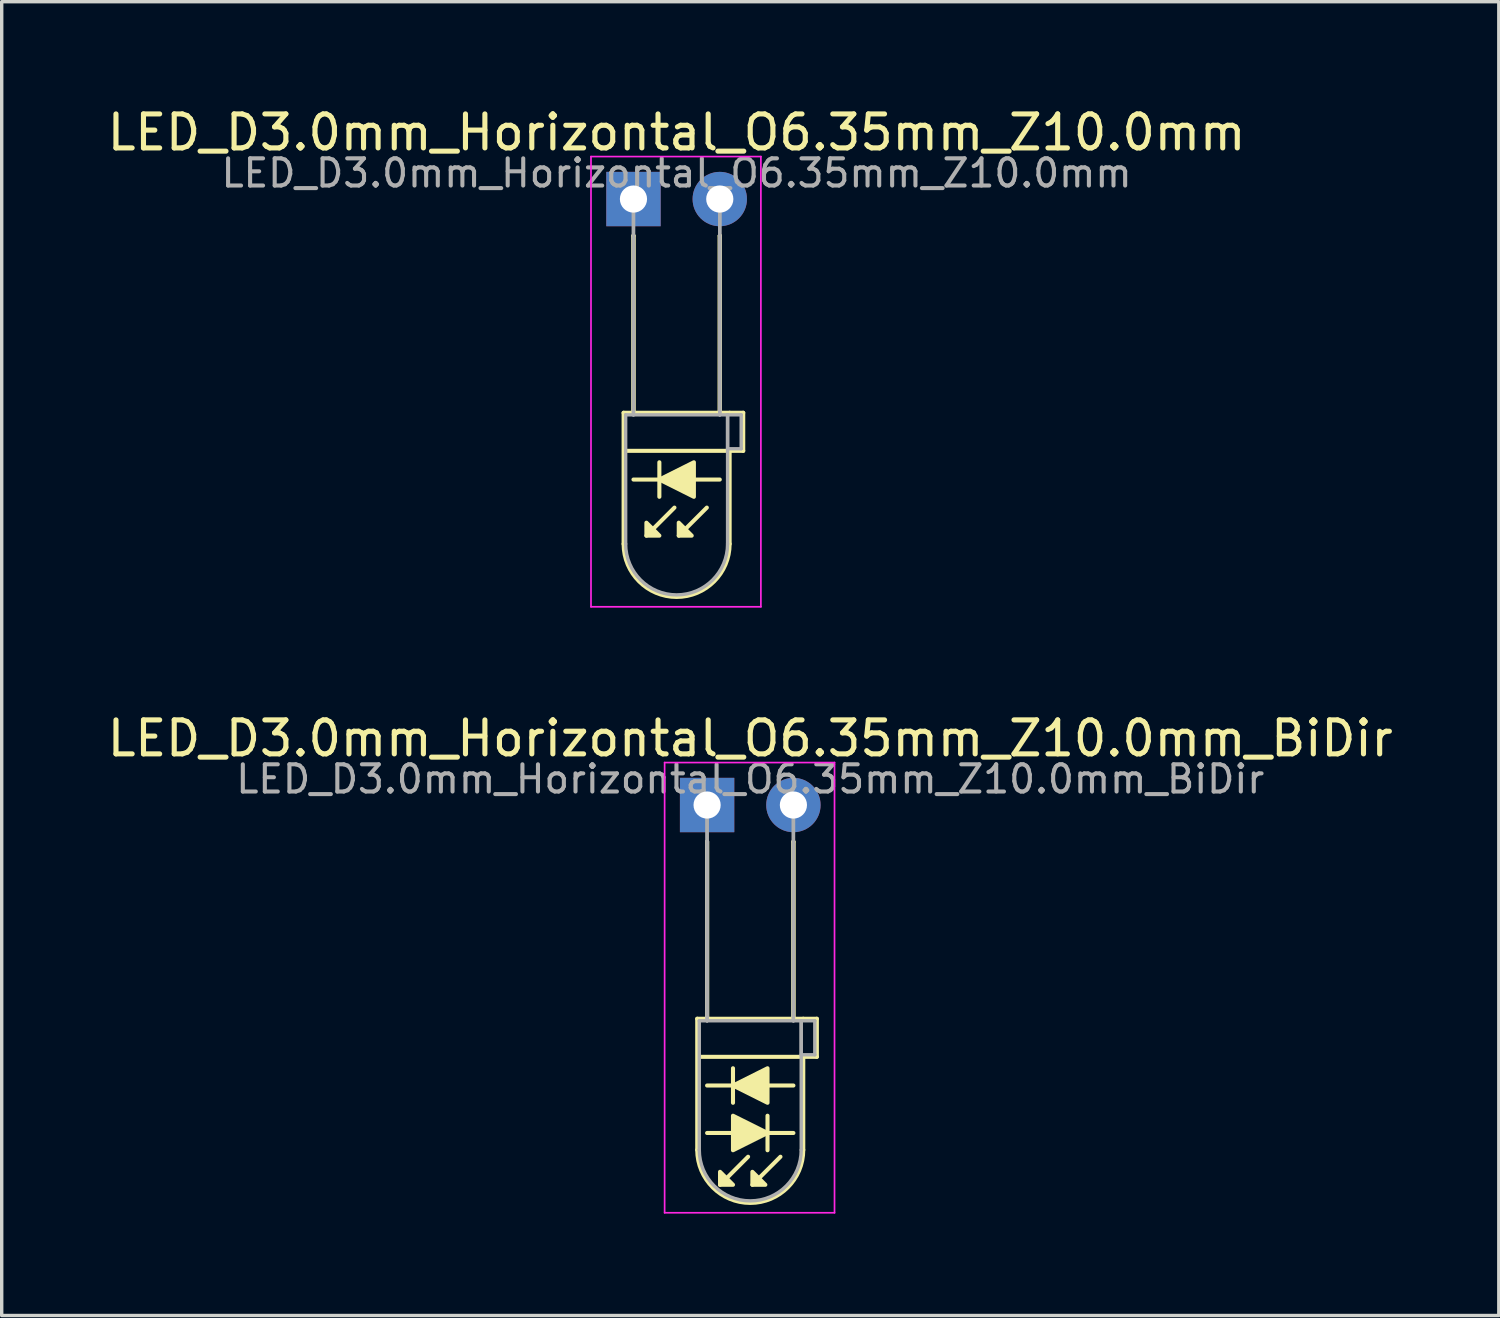
<source format=kicad_pcb>
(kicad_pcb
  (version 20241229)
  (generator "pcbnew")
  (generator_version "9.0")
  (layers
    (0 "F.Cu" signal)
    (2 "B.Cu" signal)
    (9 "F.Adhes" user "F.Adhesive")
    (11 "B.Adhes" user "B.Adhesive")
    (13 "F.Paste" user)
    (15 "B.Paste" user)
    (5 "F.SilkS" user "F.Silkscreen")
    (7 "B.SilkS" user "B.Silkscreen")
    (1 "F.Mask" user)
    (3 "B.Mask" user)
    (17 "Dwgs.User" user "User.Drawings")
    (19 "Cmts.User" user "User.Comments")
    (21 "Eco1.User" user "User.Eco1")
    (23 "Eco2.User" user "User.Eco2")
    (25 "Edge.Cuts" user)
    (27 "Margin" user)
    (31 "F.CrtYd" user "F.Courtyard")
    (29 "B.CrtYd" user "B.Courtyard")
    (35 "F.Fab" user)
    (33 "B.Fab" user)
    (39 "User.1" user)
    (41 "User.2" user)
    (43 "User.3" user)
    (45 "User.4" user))
  (footprint "LED_D3.0mm_Horizontal_O6.35mm_Z10.0mm"
    (layer "F.Cu")
    (at 15.593 2.808)
    (property "Reference" "LED_D3.0mm_Horizontal_O6.35mm_Z10.0mm" (at 1.27 -1.96 0) (layer "F.SilkS") (effects (font (size 1 1) (thickness 0.15))))
    (fp_line (start -0.29 6.29) (end -0.29 10.15) (stroke (width 0.12) (type solid)) (layer "F.SilkS"))
    (fp_line (start -0.29 6.29) (end 2.83 6.29) (stroke (width 0.12) (type solid)) (layer "F.SilkS"))
    (fp_line (start 0 1.08) (end 0 1.08) (stroke (width 0.12) (type solid)) (layer "F.SilkS"))
    (fp_line (start 0 1.08) (end 0 6.29) (stroke (width 0.12) (type solid)) (layer "F.SilkS"))
    (fp_line (start 0 6.29) (end 0 1.08) (stroke (width 0.12) (type solid)) (layer "F.SilkS"))
    (fp_line (start 0 6.29) (end 0 6.29) (stroke (width 0.12) (type solid)) (layer "F.SilkS"))
    (fp_line (start 0.762 7.747) (end 0.762 8.763) (stroke (width 0.12) (type solid)) (layer "F.SilkS"))
    (fp_line (start 1.206 9.081) (end 0.381 9.906) (stroke (width 0.12) (type solid)) (layer "F.SilkS"))
    (fp_line (start 2.159 9.081) (end 1.333 9.906) (stroke (width 0.12) (type solid)) (layer "F.SilkS"))
    (fp_line (start 2.54 1.08) (end 2.54 1.08) (stroke (width 0.12) (type solid)) (layer "F.SilkS"))
    (fp_line (start 2.54 1.08) (end 2.54 6.29) (stroke (width 0.12) (type solid)) (layer "F.SilkS"))
    (fp_line (start 2.54 6.29) (end 2.54 1.08) (stroke (width 0.12) (type solid)) (layer "F.SilkS"))
    (fp_line (start 2.54 6.29) (end 2.54 6.29) (stroke (width 0.12) (type solid)) (layer "F.SilkS"))
    (fp_line (start 2.54 8.255) (end 0 8.255) (stroke (width 0.12) (type solid)) (layer "F.SilkS"))
    (fp_line (start 2.83 6.29) (end 3.23 6.29) (stroke (width 0.12) (type solid)) (layer "F.SilkS"))
    (fp_line (start 2.83 7.41) (end 2.83 10.15) (stroke (width 0.12) (type solid)) (layer "F.SilkS"))
    (fp_line (start 3.23 6.29) (end 3.23 7.41) (stroke (width 0.12) (type solid)) (layer "F.SilkS"))
    (fp_line (start 3.23 7.41) (end -0.254 7.41) (stroke (width 0.12) (type solid)) (layer "F.SilkS"))
    (fp_arc (start 2.83 10.15) (mid 1.27 11.71) (end -0.29 10.15) (stroke (width 0.12) (type solid)) (layer "F.SilkS"))
    (fp_poly (pts (xy 0.381 9.525) (xy 0.762 9.906) (xy 0.381 9.906)) (stroke (width 0.12) (type solid)) (fill yes) (layer "F.SilkS"))
    (fp_poly (pts (xy 1.333 9.525) (xy 1.714 9.906) (xy 1.333 9.906)) (stroke (width 0.12) (type solid)) (fill yes) (layer "F.SilkS"))
    (fp_poly (pts (xy 1.778 8.763) (xy 0.762 8.255) (xy 1.778 7.747)) (stroke (width 0.12) (type solid)) (fill yes) (layer "F.SilkS"))
    (fp_line (start -1.25 -1.25) (end -1.25 12) (stroke (width 0.05) (type solid)) (layer "F.CrtYd"))
    (fp_line (start -1.25 12) (end 3.75 12) (stroke (width 0.05) (type solid)) (layer "F.CrtYd"))
    (fp_line (start 3.75 -1.25) (end -1.25 -1.25) (stroke (width 0.05) (type solid)) (layer "F.CrtYd"))
    (fp_line (start 3.75 12) (end 3.75 -1.25) (stroke (width 0.05) (type solid)) (layer "F.CrtYd"))
    (fp_line (start -0.23 6.35) (end -0.23 10.15) (stroke (width 0.1) (type solid)) (layer "F.Fab"))
    (fp_line (start -0.23 6.35) (end 2.77 6.35) (stroke (width 0.1) (type solid)) (layer "F.Fab"))
    (fp_line (start 0 0) (end 0 0) (stroke (width 0.1) (type solid)) (layer "F.Fab"))
    (fp_line (start 0 0) (end 0 6.35) (stroke (width 0.1) (type solid)) (layer "F.Fab"))
    (fp_line (start 0 6.35) (end 0 0) (stroke (width 0.1) (type solid)) (layer "F.Fab"))
    (fp_line (start 0 6.35) (end 0 6.35) (stroke (width 0.1) (type solid)) (layer "F.Fab"))
    (fp_line (start 2.54 0) (end 2.54 0) (stroke (width 0.1) (type solid)) (layer "F.Fab"))
    (fp_line (start 2.54 0) (end 2.54 6.35) (stroke (width 0.1) (type solid)) (layer "F.Fab"))
    (fp_line (start 2.54 6.35) (end 2.54 0) (stroke (width 0.1) (type solid)) (layer "F.Fab"))
    (fp_line (start 2.54 6.35) (end 2.54 6.35) (stroke (width 0.1) (type solid)) (layer "F.Fab"))
    (fp_line (start 2.77 6.35) (end 2.77 10.15) (stroke (width 0.1) (type solid)) (layer "F.Fab"))
    (fp_line (start 2.77 6.35) (end 3.17 6.35) (stroke (width 0.1) (type solid)) (layer "F.Fab"))
    (fp_line (start 2.77 7.35) (end 2.77 6.35) (stroke (width 0.1) (type solid)) (layer "F.Fab"))
    (fp_line (start 3.17 6.35) (end 3.17 7.35) (stroke (width 0.1) (type solid)) (layer "F.Fab"))
    (fp_line (start 3.17 7.35) (end 2.77 7.35) (stroke (width 0.1) (type solid)) (layer "F.Fab"))
    (fp_arc (start 2.77 10.15) (mid 1.27 11.65) (end -0.23 10.15) (stroke (width 0.1) (type solid)) (layer "F.Fab"))
    (fp_text user "${REFERENCE}" (at 1.27 -0.762 0) (layer "F.Fab") (effects (font (size 0.8 0.8) (thickness 0.12))))
    (pad "1" thru_hole rect (at 0 0) (size 1.6 1.6) (drill 0.8) (layers "*.Cu" "*.Mask"))
    (pad "2" thru_hole circle (at 2.54 0) (size 1.6 1.6) (drill 0.8) (layers "*.Cu" "*.Mask")))
  (footprint "LED_D3.0mm_Horizontal_O6.35mm_Z10.0mm_BiDir"
    (layer "F.Cu")
    (at 17.76 20.642)
    (property "Reference" "LED_D3.0mm_Horizontal_O6.35mm_Z10.0mm_BiDir" (at 1.27 -1.96 0) (layer "F.SilkS") (effects (font (size 1 1) (thickness 0.15))))
    (fp_line (start -0.29 6.29) (end -0.29 10.15) (stroke (width 0.12) (type solid)) (layer "F.SilkS"))
    (fp_line (start -0.29 6.29) (end 2.83 6.29) (stroke (width 0.12) (type solid)) (layer "F.SilkS"))
    (fp_line (start 0 1.08) (end 0 1.08) (stroke (width 0.12) (type solid)) (layer "F.SilkS"))
    (fp_line (start 0 1.08) (end 0 6.29) (stroke (width 0.12) (type solid)) (layer "F.SilkS"))
    (fp_line (start 0 6.29) (end 0 1.08) (stroke (width 0.12) (type solid)) (layer "F.SilkS"))
    (fp_line (start 0 6.29) (end 0 6.29) (stroke (width 0.12) (type solid)) (layer "F.SilkS"))
    (fp_line (start 0 9.652) (end 2.54 9.652) (stroke (width 0.12) (type solid)) (layer "F.SilkS"))
    (fp_line (start 0.762 7.747) (end 0.762 8.763) (stroke (width 0.12) (type solid)) (layer "F.SilkS"))
    (fp_line (start 1.206 10.351) (end 0.381 11.176) (stroke (width 0.12) (type solid)) (layer "F.SilkS"))
    (fp_line (start 1.778 10.16) (end 1.778 9.144) (stroke (width 0.12) (type solid)) (layer "F.SilkS"))
    (fp_line (start 2.159 10.351) (end 1.333 11.176) (stroke (width 0.12) (type solid)) (layer "F.SilkS"))
    (fp_line (start 2.54 1.08) (end 2.54 1.08) (stroke (width 0.12) (type solid)) (layer "F.SilkS"))
    (fp_line (start 2.54 1.08) (end 2.54 6.29) (stroke (width 0.12) (type solid)) (layer "F.SilkS"))
    (fp_line (start 2.54 6.29) (end 2.54 1.08) (stroke (width 0.12) (type solid)) (layer "F.SilkS"))
    (fp_line (start 2.54 6.29) (end 2.54 6.29) (stroke (width 0.12) (type solid)) (layer "F.SilkS"))
    (fp_line (start 2.54 8.255) (end 0 8.255) (stroke (width 0.12) (type solid)) (layer "F.SilkS"))
    (fp_line (start 2.83 6.29) (end 3.23 6.29) (stroke (width 0.12) (type solid)) (layer "F.SilkS"))
    (fp_line (start 2.83 7.41) (end 2.83 10.15) (stroke (width 0.12) (type solid)) (layer "F.SilkS"))
    (fp_line (start 3.23 6.29) (end 3.23 7.41) (stroke (width 0.12) (type solid)) (layer "F.SilkS"))
    (fp_line (start 3.23 7.41) (end -0.254 7.41) (stroke (width 0.12) (type solid)) (layer "F.SilkS"))
    (fp_arc (start 2.83 10.15) (mid 1.27 11.71) (end -0.29 10.15) (stroke (width 0.12) (type solid)) (layer "F.SilkS"))
    (fp_poly (pts (xy 0.381 10.795) (xy 0.762 11.176) (xy 0.381 11.176)) (stroke (width 0.12) (type solid)) (fill yes) (layer "F.SilkS"))
    (fp_poly (pts (xy 0.762 9.144) (xy 1.778 9.652) (xy 0.762 10.16)) (stroke (width 0.12) (type solid)) (fill yes) (layer "F.SilkS"))
    (fp_poly (pts (xy 1.333 10.795) (xy 1.714 11.176) (xy 1.333 11.176)) (stroke (width 0.12) (type solid)) (fill yes) (layer "F.SilkS"))
    (fp_poly (pts (xy 1.778 8.763) (xy 0.762 8.255) (xy 1.778 7.747)) (stroke (width 0.12) (type solid)) (fill yes) (layer "F.SilkS"))
    (fp_line (start -1.25 -1.25) (end -1.25 12) (stroke (width 0.05) (type solid)) (layer "F.CrtYd"))
    (fp_line (start -1.25 12) (end 3.75 12) (stroke (width 0.05) (type solid)) (layer "F.CrtYd"))
    (fp_line (start 3.75 -1.25) (end -1.25 -1.25) (stroke (width 0.05) (type solid)) (layer "F.CrtYd"))
    (fp_line (start 3.75 12) (end 3.75 -1.25) (stroke (width 0.05) (type solid)) (layer "F.CrtYd"))
    (fp_line (start -0.23 6.35) (end -0.23 10.15) (stroke (width 0.1) (type solid)) (layer "F.Fab"))
    (fp_line (start -0.23 6.35) (end 2.77 6.35) (stroke (width 0.1) (type solid)) (layer "F.Fab"))
    (fp_line (start 0 0) (end 0 0) (stroke (width 0.1) (type solid)) (layer "F.Fab"))
    (fp_line (start 0 0) (end 0 6.35) (stroke (width 0.1) (type solid)) (layer "F.Fab"))
    (fp_line (start 0 6.35) (end 0 0) (stroke (width 0.1) (type solid)) (layer "F.Fab"))
    (fp_line (start 0 6.35) (end 0 6.35) (stroke (width 0.1) (type solid)) (layer "F.Fab"))
    (fp_line (start 2.54 0) (end 2.54 0) (stroke (width 0.1) (type solid)) (layer "F.Fab"))
    (fp_line (start 2.54 0) (end 2.54 6.35) (stroke (width 0.1) (type solid)) (layer "F.Fab"))
    (fp_line (start 2.54 6.35) (end 2.54 0) (stroke (width 0.1) (type solid)) (layer "F.Fab"))
    (fp_line (start 2.54 6.35) (end 2.54 6.35) (stroke (width 0.1) (type solid)) (layer "F.Fab"))
    (fp_line (start 2.77 6.35) (end 2.77 10.15) (stroke (width 0.1) (type solid)) (layer "F.Fab"))
    (fp_line (start 2.77 6.35) (end 3.17 6.35) (stroke (width 0.1) (type solid)) (layer "F.Fab"))
    (fp_line (start 2.77 7.35) (end 2.77 6.35) (stroke (width 0.1) (type solid)) (layer "F.Fab"))
    (fp_line (start 3.17 6.35) (end 3.17 7.35) (stroke (width 0.1) (type solid)) (layer "F.Fab"))
    (fp_line (start 3.17 7.35) (end 2.77 7.35) (stroke (width 0.1) (type solid)) (layer "F.Fab"))
    (fp_arc (start 2.77 10.15) (mid 1.27 11.65) (end -0.23 10.15) (stroke (width 0.1) (type solid)) (layer "F.Fab"))
    (fp_text user "${REFERENCE}" (at 1.27 -0.762 0) (layer "F.Fab") (effects (font (size 0.8 0.8) (thickness 0.12))))
    (pad "1" thru_hole rect (at 0 0) (size 1.6 1.6) (drill 0.8) (layers "*.Cu" "*.Mask"))
    (pad "2" thru_hole circle (at 2.54 0) (size 1.6 1.6) (drill 0.8) (layers "*.Cu" "*.Mask")))
  (gr_rect
    (start -3 -3)
    (end 41.06 35.666)
    (stroke (width 0.1) (type default))
    (fill no)
    (layer "Edge.Cuts")))
</source>
